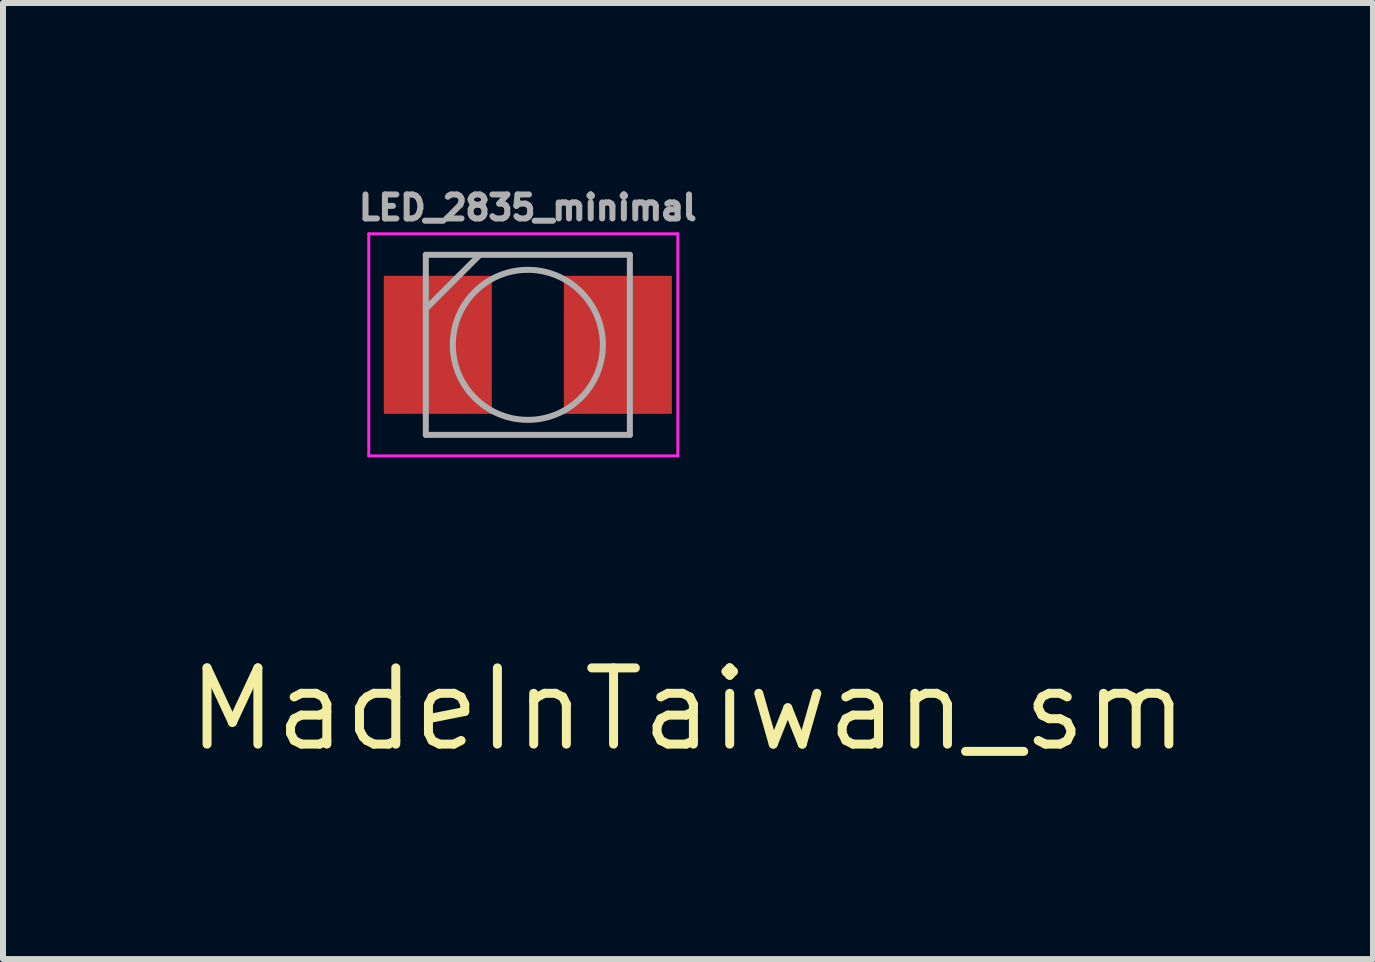
<source format=kicad_pcb>
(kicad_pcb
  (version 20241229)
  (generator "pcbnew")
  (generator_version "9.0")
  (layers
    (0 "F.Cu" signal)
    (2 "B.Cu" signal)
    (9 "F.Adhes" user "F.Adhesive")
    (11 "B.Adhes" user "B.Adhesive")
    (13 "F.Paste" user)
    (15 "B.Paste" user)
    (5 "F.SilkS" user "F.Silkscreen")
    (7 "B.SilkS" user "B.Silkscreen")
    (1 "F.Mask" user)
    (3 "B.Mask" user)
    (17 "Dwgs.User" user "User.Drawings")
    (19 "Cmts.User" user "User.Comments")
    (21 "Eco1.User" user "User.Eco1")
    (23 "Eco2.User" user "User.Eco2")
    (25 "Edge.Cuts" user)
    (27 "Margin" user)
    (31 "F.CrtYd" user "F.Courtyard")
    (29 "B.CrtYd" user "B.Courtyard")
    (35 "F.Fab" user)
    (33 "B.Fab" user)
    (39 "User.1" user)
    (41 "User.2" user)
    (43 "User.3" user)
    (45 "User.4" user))
  (footprint "MadeInTaiwan_sm"
    (layer "F.Cu")
    (at 8.413 8.769)
    (property "Reference" "MadeInTaiwan_sm" (at 0 0 0) (layer "F.SilkS") (effects (font (size 1.27 1.27) (thickness 0.15))))
    (attr through_hole)
    (fp_poly (pts (xy -2.95 -0.533) (xy -2.863 -0.522) (xy -2.792 -0.491) (xy -2.736 -0.439) (xy -2.696 -0.368) (xy -2.686 -0.339) (xy -2.676 -0.299) (xy -2.666 -0.242) (xy -2.657 -0.176) (xy -2.651 -0.125) (xy -2.645 -0.02) (xy -2.646 0.091) (xy -2.654 0.2) (xy -2.668 0.298) (xy -2.686 0.377) (xy -2.72 0.455) (xy -2.771 0.514) (xy -2.837 0.552) (xy -2.918 0.57) (xy -2.95 0.571) (xy -3.023 0.572) (xy -3.023 -0.533) (xy -2.95 -0.533)) (stroke (width 0.01) (type solid)) (fill yes) (layer "F.Mask"))
    (fp_poly (pts (xy 1.505 -0.349) (xy 1.514 -0.311) (xy 1.526 -0.258) (xy 1.541 -0.195) (xy 1.556 -0.125) (xy 1.571 -0.054) (xy 1.585 0.014) (xy 1.597 0.073) (xy 1.605 0.119) (xy 1.608 0.137) (xy 1.616 0.191) (xy 1.37 0.191) (xy 1.376 0.156) (xy 1.391 0.078) (xy 1.408 -0.003) (xy 1.426 -0.084) (xy 1.443 -0.161) (xy 1.46 -0.231) (xy 1.474 -0.29) (xy 1.486 -0.334) (xy 1.495 -0.361) (xy 1.499 -0.366) (xy 1.505 -0.349)) (stroke (width 0.01) (type solid)) (fill yes) (layer "F.Mask"))
    (fp_poly (pts (xy -3.745 -0.365) (xy -3.744 -0.361) (xy -3.738 -0.336) (xy -3.728 -0.293) (xy -3.716 -0.236) (xy -3.702 -0.169) (xy -3.687 -0.098) (xy -3.672 -0.026) (xy -3.658 0.041) (xy -3.647 0.1) (xy -3.638 0.145) (xy -3.633 0.173) (xy -3.632 0.178) (xy -3.644 0.184) (xy -3.677 0.188) (xy -3.725 0.19) (xy -3.754 0.191) (xy -3.877 0.191) (xy -3.868 0.137) (xy -3.863 0.107) (xy -3.853 0.058) (xy -3.84 -0.006) (xy -3.824 -0.08) (xy -3.807 -0.158) (xy -3.789 -0.241) (xy -3.774 -0.302) (xy -3.764 -0.342) (xy -3.756 -0.364) (xy -3.75 -0.371) (xy -3.745 -0.365)) (stroke (width 0.01) (type solid)) (fill yes) (layer "F.Mask"))
    (fp_poly (pts (xy 3.993 -0.357) (xy 4.002 -0.324) (xy 4.015 -0.274) (xy 4.03 -0.211) (xy 4.046 -0.139) (xy 4.063 -0.062) (xy 4.079 0.016) (xy 4.093 0.092) (xy 4.095 0.098) (xy 4.112 0.191) (xy 3.986 0.191) (xy 3.929 0.19) (xy 3.893 0.189) (xy 3.873 0.185) (xy 3.865 0.179) (xy 3.866 0.167) (xy 3.867 0.162) (xy 3.872 0.14) (xy 3.881 0.098) (xy 3.893 0.042) (xy 3.906 -0.024) (xy 3.912 -0.051) (xy 3.927 -0.122) (xy 3.941 -0.191) (xy 3.954 -0.25) (xy 3.963 -0.293) (xy 3.965 -0.302) (xy 3.974 -0.339) (xy 3.983 -0.363) (xy 3.987 -0.368) (xy 3.993 -0.357)) (stroke (width 0.01) (type solid)) (fill yes) (layer "F.Mask"))
    (fp_poly (pts (xy 5.715 1.156) (xy -5.804 1.156) (xy -5.804 0.776) (xy -5.283 0.776) (xy -5.099 0.768) (xy -5.091 0.368) (xy -5.089 0.263) (xy -5.087 0.16) (xy -5.085 0.064) (xy -5.084 -0.021) (xy -5.082 -0.091) (xy -5.082 -0.142) (xy -5.081 -0.152) (xy -5.079 -0.211) (xy -5.075 -0.246) (xy -5.07 -0.256) (xy -5.068 -0.253) (xy -5.06 -0.234) (xy -5.048 -0.194) (xy -5.032 -0.136) (xy -5.012 -0.065) (xy -4.99 0.017) (xy -4.967 0.105) (xy -4.944 0.197) (xy -4.922 0.288) (xy -4.9 0.375) (xy -4.896 0.394) (xy -4.855 0.565) (xy -4.771 0.569) (xy -4.726 0.57) (xy -4.7 0.568) (xy -4.689 0.561) (xy -4.686 0.549) (xy -4.686 0.547) (xy -4.683 0.53) (xy -4.675 0.491) (xy -4.662 0.435) (xy -4.645 0.366) (xy -4.626 0.287) (xy -4.605 0.201) (xy -4.583 0.114) (xy -4.561 0.028) (xy -4.54 -0.053) (xy -4.522 -0.126) (xy -4.506 -0.185) (xy -4.494 -0.229) (xy -4.486 -0.253) (xy -4.486 -0.253) (xy -4.482 -0.25) (xy -4.479 -0.225) (xy -4.475 -0.181) (xy -4.471 -0.12) (xy -4.468 -0.045) (xy -4.464 0.04) (xy -4.462 0.132) (xy -4.46 0.229) (xy -4.458 0.327) (xy -4.458 0.424) (xy -4.458 0.427) (xy -4.457 0.499) (xy -4.455 0.573) (xy -4.452 0.639) (xy -4.449 0.678) (xy -4.441 0.775) (xy -4.263 0.775) (xy -4.162 0.775) (xy -4.07 0.775) (xy -4.02 0.774) (xy -3.991 0.77) (xy -3.976 0.762) (xy -3.971 0.752) (xy -3.967 0.732) (xy -3.96 0.692) (xy -3.952 0.638) (xy -3.943 0.575) (xy -3.942 0.568) (xy -3.919 0.406) (xy -3.588 0.413) (xy -3.56 0.591) (xy -3.55 0.654) (xy -3.542 0.709) (xy -3.535 0.748) (xy -3.532 0.769) (xy -3.532 0.772) (xy -3.52 0.773) (xy -3.49 0.774) (xy -3.45 0.775) (xy -3.408 0.774) (xy -3.371 0.773) (xy -3.346 0.772) (xy -3.34 0.77) (xy -3.342 0.757) (xy -3.348 0.722) (xy -3.358 0.669) (xy -3.37 0.601) (xy -3.385 0.522) (xy -3.398 0.45) (xy -3.472 0.064) (xy -3.552 -0.305) (xy -3.605 -0.533) (xy -3.65 -0.717) (xy -3.207 -0.717) (xy -3.207 0.754) (xy -3.169 0.765) (xy -3.134 0.773) (xy -3.084 0.782) (xy -3.032 0.791) (xy -2.987 0.797) (xy -2.972 0.798) (xy -2.95 0.797) (xy -2.912 0.793) (xy -2.872 0.787) (xy -2.768 0.759) (xy -2.679 0.71) (xy -2.605 0.64) (xy -2.544 0.55) (xy -2.498 0.438) (xy -2.483 0.388) (xy -2.459 0.264) (xy -2.446 0.129) (xy -2.443 -0.01) (xy -2.452 -0.149) (xy -2.47 -0.28) (xy -2.499 -0.399) (xy -2.533 -0.491) (xy -2.582 -0.573) (xy -2.648 -0.645) (xy -2.725 -0.701) (xy -2.807 -0.737) (xy -2.248 -0.737) (xy -2.248 0.775) (xy -1.663 0.775) (xy -1.666 0.67) (xy -1.67 0.565) (xy -2.057 0.558) (xy -2.057 0.089) (xy -1.726 0.089) (xy -1.73 -0.016) (xy -1.734 -0.121) (xy -1.895 -0.124) (xy -2.057 -0.128) (xy -2.057 -0.52) (xy -1.876 -0.524) (xy -1.695 -0.527) (xy -1.692 -0.632) (xy -1.688 -0.737) (xy -1.168 -0.737) (xy -1.168 0.775) (xy -0.978 0.775) (xy -0.978 -0.737) (xy -0.737 -0.737) (xy -0.737 0.775) (xy -0.559 0.775) (xy -0.558 0.257) (xy -0.558 -0.26) (xy -0.52 -0.171) (xy -0.498 -0.118) (xy -0.469 -0.046) (xy -0.436 0.041) (xy -0.399 0.138) (xy -0.361 0.239) (xy -0.323 0.341) (xy -0.288 0.438) (xy -0.256 0.526) (xy -0.23 0.6) (xy -0.226 0.613) (xy -0.171 0.775) (xy -0.092 0.775) (xy -0.013 0.775) (xy -0.013 -0.737) (xy 0.432 -0.737) (xy 0.432 -0.521) (xy 0.686 -0.521) (xy 0.686 0.775) (xy 0.876 0.775) (xy 0.876 0.757) (xy 1.092 0.757) (xy 1.099 0.767) (xy 1.122 0.772) (xy 1.165 0.775) (xy 1.185 0.775) (xy 1.277 0.775) (xy 1.3 0.608) (xy 1.309 0.545) (xy 1.317 0.49) (xy 1.324 0.448) (xy 1.329 0.426) (xy 1.329 0.424) (xy 1.338 0.417) (xy 1.358 0.411) (xy 1.395 0.408) (xy 1.45 0.407) (xy 1.498 0.406) (xy 1.659 0.406) (xy 1.681 0.556) (xy 1.692 0.635) (xy 1.701 0.692) (xy 1.709 0.732) (xy 1.718 0.756) (xy 1.731 0.77) (xy 1.749 0.775) (xy 1.774 0.775) (xy 1.809 0.775) (xy 1.812 0.775) (xy 1.907 0.775) (xy 1.899 0.721) (xy 1.869 0.547) (xy 1.834 0.355) (xy 1.794 0.152) (xy 1.751 -0.056) (xy 1.705 -0.262) (xy 1.661 -0.454) (xy 1.594 -0.737) (xy 1.426 -0.737) (xy 2.032 -0.737) (xy 2.032 0.775) (xy 2.223 0.775) (xy 2.223 -0.737) (xy 2.387 -0.737) (xy 2.394 -0.689) (xy 2.397 -0.66) (xy 2.402 -0.611) (xy 2.409 -0.549) (xy 2.416 -0.478) (xy 2.42 -0.438) (xy 2.435 -0.293) (xy 2.452 -0.138) (xy 2.472 0.022) (xy 2.494 0.181) (xy 2.516 0.335) (xy 2.538 0.478) (xy 2.56 0.606) (xy 2.579 0.708) (xy 2.593 0.775) (xy 2.687 0.775) (xy 2.732 0.774) (xy 2.766 0.772) (xy 2.781 0.769) (xy 2.781 0.768) (xy 2.784 0.754) (xy 2.791 0.719) (xy 2.803 0.668) (xy 2.817 0.605) (xy 2.831 0.543) (xy 2.845 0.481) (xy 2.861 0.407) (xy 2.878 0.325) (xy 2.896 0.238) (xy 2.914 0.152) (xy 2.931 0.069) (xy 2.946 -0.005) (xy 2.958 -0.069) (xy 2.967 -0.116) (xy 2.972 -0.144) (xy 2.972 -0.149) (xy 2.975 -0.139) (xy 2.982 -0.108) (xy 2.993 -0.058) (xy 3.007 0.008) (xy 3.023 0.087) (xy 3.042 0.176) (xy 3.047 0.203) (xy 3.068 0.302) (xy 3.088 0.397) (xy 3.107 0.486) (xy 3.123 0.563) (xy 3.137 0.624) (xy 3.146 0.665) (xy 3.146 0.667) (xy 3.171 0.768) (xy 3.268 0.772) (xy 3.32 0.772) (xy 3.354 0.769) (xy 3.362 0.765) (xy 3.581 0.765) (xy 3.593 0.77) (xy 3.624 0.773) (xy 3.667 0.775) (xy 3.674 0.775) (xy 3.767 0.775) (xy 3.79 0.619) (xy 3.799 0.556) (xy 3.808 0.501) (xy 3.815 0.458) (xy 3.819 0.435) (xy 3.819 0.435) (xy 3.823 0.423) (xy 3.83 0.415) (xy 3.846 0.41) (xy 3.875 0.408) (xy 3.92 0.407) (xy 3.986 0.406) (xy 4.15 0.406) (xy 4.164 0.486) (xy 4.172 0.539) (xy 4.182 0.604) (xy 4.191 0.667) (xy 4.192 0.67) (xy 4.207 0.775) (xy 4.3 0.775) (xy 4.349 0.774) (xy 4.377 0.771) (xy 4.39 0.765) (xy 4.394 0.753) (xy 4.394 0.751) (xy 4.392 0.721) (xy 4.384 0.669) (xy 4.372 0.598) (xy 4.356 0.511) (xy 4.337 0.412) (xy 4.316 0.302) (xy 4.293 0.186) (xy 4.268 0.065) (xy 4.243 -0.056) (xy 4.217 -0.175) (xy 4.192 -0.289) (xy 4.168 -0.395) (xy 4.152 -0.46) (xy 4.134 -0.538) (xy 4.117 -0.607) (xy 4.104 -0.665) (xy 4.094 -0.706) (xy 4.09 -0.728) (xy 4.089 -0.73) (xy 4.078 -0.733) (xy 4.047 -0.735) (xy 4.003 -0.734) (xy 3.991 -0.734) (xy 3.894 -0.73) (xy 3.832 -0.483) (xy 3.814 -0.406) (xy 3.793 -0.315) (xy 3.771 -0.212) (xy 3.747 -0.102) (xy 3.723 0.013) (xy 3.698 0.129) (xy 3.675 0.245) (xy 3.653 0.357) (xy 3.633 0.461) (xy 3.615 0.555) (xy 3.6 0.636) (xy 3.589 0.7) (xy 3.583 0.745) (xy 3.581 0.765) (xy 3.362 0.765) (xy 3.365 0.763) (xy 3.368 0.747) (xy 3.373 0.71) (xy 3.382 0.656) (xy 3.393 0.591) (xy 3.403 0.531) (xy 3.417 0.444) (xy 3.432 0.344) (xy 3.448 0.233) (xy 3.465 0.114) (xy 3.481 -0.007) (xy 3.496 -0.13) (xy 3.511 -0.249) (xy 3.524 -0.362) (xy 3.536 -0.465) (xy 3.545 -0.555) (xy 3.552 -0.628) (xy 3.555 -0.681) (xy 3.556 -0.7) (xy 3.556 -0.737) (xy 4.534 -0.737) (xy 4.534 0.775) (xy 4.712 0.775) (xy 4.712 0.257) (xy 4.712 -0.26) (xy 4.737 -0.205) (xy 4.755 -0.163) (xy 4.78 -0.101) (xy 4.811 -0.023) (xy 4.845 0.065) (xy 4.881 0.16) (xy 4.918 0.259) (xy 4.953 0.355) (xy 4.986 0.446) (xy 5.015 0.526) (xy 5.031 0.575) (xy 5.099 0.775) (xy 5.178 0.775) (xy 5.258 0.775) (xy 5.258 -0.737) (xy 5.08 -0.737) (xy 5.077 -0.264) (xy 5.074 0.209) (xy 5.011 0.038) (xy 4.971 -0.069) (xy 4.924 -0.189) (xy 4.874 -0.313) (xy 4.823 -0.434) (xy 4.775 -0.545) (xy 4.739 -0.625) (xy 4.688 -0.737) (xy 4.611 -0.737) (xy 4.534 -0.737) (xy 3.556 -0.737) (xy 3.365 -0.737) (xy 3.365 -0.664) (xy 3.364 -0.626) (xy 3.36 -0.571) (xy 3.355 -0.5) (xy 3.348 -0.418) (xy 3.339 -0.326) (xy 3.33 -0.229) (xy 3.32 -0.129) (xy 3.31 -0.03) (xy 3.299 0.066) (xy 3.289 0.155) (xy 3.28 0.234) (xy 3.272 0.3) (xy 3.265 0.35) (xy 3.259 0.381) (xy 3.256 0.39) (xy 3.251 0.375) (xy 3.242 0.339) (xy 3.23 0.285) (xy 3.215 0.217) (xy 3.199 0.138) (xy 3.182 0.051) (xy 3.164 -0.039) (xy 3.147 -0.13) (xy 3.13 -0.217) (xy 3.118 -0.286) (xy 3.104 -0.365) (xy 3.09 -0.436) (xy 3.079 -0.495) (xy 3.069 -0.537) (xy 3.063 -0.56) (xy 3.062 -0.563) (xy 3.045 -0.567) (xy 3.01 -0.57) (xy 2.971 -0.569) (xy 2.889 -0.565) (xy 2.874 -0.483) (xy 2.84 -0.299) (xy 2.809 -0.135) (xy 2.782 0.007) (xy 2.758 0.128) (xy 2.738 0.227) (xy 2.722 0.302) (xy 2.71 0.355) (xy 2.701 0.383) (xy 2.697 0.387) (xy 2.692 0.361) (xy 2.685 0.313) (xy 2.677 0.247) (xy 2.667 0.166) (xy 2.657 0.075) (xy 2.646 -0.024) (xy 2.636 -0.127) (xy 2.625 -0.23) (xy 2.616 -0.33) (xy 2.608 -0.422) (xy 2.601 -0.504) (xy 2.596 -0.572) (xy 2.595 -0.587) (xy 2.587 -0.737) (xy 2.387 -0.737) (xy 2.223 -0.737) (xy 2.032 -0.737) (xy 1.426 -0.737) (xy 1.402 -0.737) (xy 1.342 -0.491) (xy 1.321 -0.402) (xy 1.298 -0.301) (xy 1.273 -0.19) (xy 1.248 -0.073) (xy 1.223 0.046) (xy 1.199 0.166) (xy 1.175 0.283) (xy 1.153 0.394) (xy 1.134 0.495) (xy 1.118 0.585) (xy 1.105 0.66) (xy 1.096 0.717) (xy 1.092 0.752) (xy 1.092 0.757) (xy 0.876 0.757) (xy 0.876 -0.521) (xy 1.13 -0.521) (xy 1.13 -0.737) (xy 0.432 -0.737) (xy -0.013 -0.737) (xy -0.19 -0.737) (xy -0.194 -0.264) (xy -0.197 0.209) (xy -0.259 0.038) (xy -0.299 -0.068) (xy -0.345 -0.186) (xy -0.395 -0.31) (xy -0.446 -0.43) (xy -0.493 -0.541) (xy -0.532 -0.627) (xy -0.583 -0.737) (xy -0.66 -0.737) (xy -0.737 -0.737) (xy -0.978 -0.737) (xy -1.168 -0.737) (xy -1.688 -0.737) (xy -2.248 -0.737) (xy -2.807 -0.737) (xy -2.808 -0.737) (xy -2.83 -0.743) (xy -2.881 -0.749) (xy -2.946 -0.751) (xy -3.018 -0.748) (xy -3.087 -0.742) (xy -3.137 -0.733) (xy -3.207 -0.717) (xy -3.65 -0.717) (xy -3.654 -0.73) (xy -3.846 -0.738) (xy -3.916 -0.448) (xy -3.967 -0.227) (xy -4.019 0.011) (xy -4.068 0.257) (xy -4.114 0.501) (xy -4.127 0.575) (xy -4.162 0.775) (xy -4.263 0.775) (xy -4.272 0.46) (xy -4.275 0.331) (xy -4.28 0.19) (xy -4.286 0.044) (xy -4.291 -0.103) (xy -4.298 -0.245) (xy -4.304 -0.377) (xy -4.31 -0.495) (xy -4.316 -0.592) (xy -4.316 -0.597) (xy -4.324 -0.73) (xy -4.416 -0.734) (xy -4.507 -0.738) (xy -4.552 -0.594) (xy -4.598 -0.441) (xy -4.647 -0.271) (xy -4.696 -0.092) (xy -4.729 0.032) (xy -4.772 0.197) (xy -4.787 0.14) (xy -4.8 0.092) (xy -4.818 0.025) (xy -4.84 -0.056) (xy -4.866 -0.145) (xy -4.892 -0.24) (xy -4.919 -0.334) (xy -4.945 -0.423) (xy -4.968 -0.502) (xy -4.987 -0.567) (xy -5.001 -0.613) (xy -5.002 -0.616) (xy -5.038 -0.73) (xy -5.128 -0.734) (xy -5.218 -0.738) (xy -5.225 -0.683) (xy -5.229 -0.647) (xy -5.233 -0.588) (xy -5.238 -0.511) (xy -5.243 -0.418) (xy -5.248 -0.312) (xy -5.253 -0.197) (xy -5.259 -0.076) (xy -5.264 0.048) (xy -5.268 0.171) (xy -5.273 0.291) (xy -5.277 0.403) (xy -5.28 0.506) (xy -5.282 0.595) (xy -5.283 0.668) (xy -5.283 0.696) (xy -5.283 0.776) (xy -5.804 0.776) (xy -5.804 -1.194) (xy 5.715 -1.194) (xy 5.715 1.156)) (stroke (width 0.01) (type solid)) (fill yes) (layer "F.Mask")))
  (footprint "LED_2835_minimal"
    (layer "F.Cu")
    (at 5.745 2.696)
    (property "Reference" "LED_2835_minimal" (at 0 0 0) (layer "Eco2.User") (effects (font (size 1 0.8) (thickness 0.15))))
    (attr smd)
    (fp_line (start -2.65 -1.85) (end 2.5 -1.85) (stroke (width 0.05) (type solid)) (layer "F.CrtYd"))
    (fp_line (start -2.65 1.85) (end -2.65 -1.85) (stroke (width 0.05) (type solid)) (layer "F.CrtYd"))
    (fp_line (start 2.5 -1.85) (end 2.5 1.85) (stroke (width 0.05) (type solid)) (layer "F.CrtYd"))
    (fp_line (start 2.5 1.85) (end -2.65 1.85) (stroke (width 0.05) (type solid)) (layer "F.CrtYd"))
    (fp_line (start -1.7 -1.5) (end -1.7 1.5) (stroke (width 0.1) (type solid)) (layer "F.Fab"))
    (fp_line (start -1.7 -0.6) (end -0.8 -1.5) (stroke (width 0.1) (type solid)) (layer "F.Fab"))
    (fp_line (start -1.7 1.5) (end 1.7 1.5) (stroke (width 0.1) (type solid)) (layer "F.Fab"))
    (fp_line (start 1.7 -1.5) (end -1.7 -1.5) (stroke (width 0.1) (type solid)) (layer "F.Fab"))
    (fp_line (start 1.7 1.5) (end 1.7 -1.5) (stroke (width 0.1) (type solid)) (layer "F.Fab"))
    (fp_circle (center 0 0) (end 0 -1.25) (stroke (width 0.1) (type solid)) (fill no) (layer "F.Fab"))
    (fp_text user "${REFERENCE}" (at 0 -2.286 0) (layer "F.Fab") (effects (font (size 0.4 0.4) (thickness 0.1))))
    (pad "1" smd rect (at -1.5 0) (size 1.8 2.3) (layers "F.Cu" "F.Mask" "F.Paste"))
    (pad "2" smd rect (at 1.5 0) (size 1.8 2.3) (layers "F.Cu" "F.Mask" "F.Paste")))
  (gr_rect
    (start -3 -3)
    (end 19.827 12.93)
    (stroke (width 0.1) (type default))
    (fill no)
    (layer "Edge.Cuts")))
</source>
